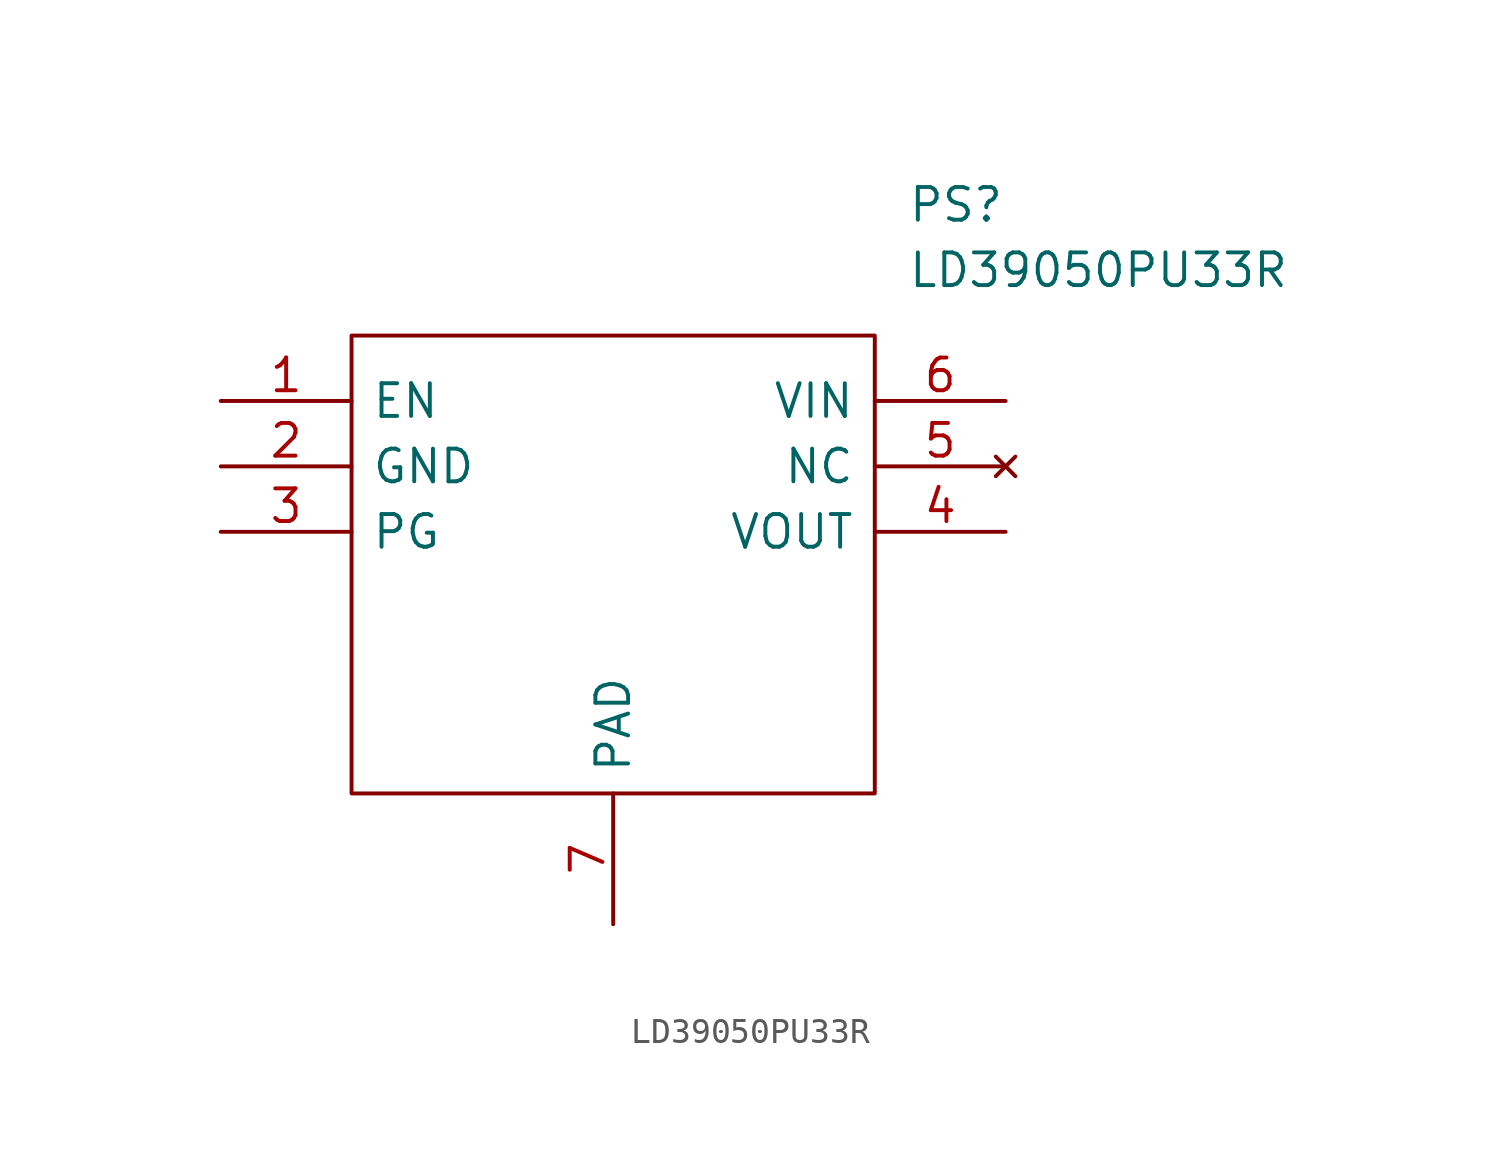
<source format=kicad_sym>
(kicad_symbol_lib
  (version 20211014)
  (generator kicad_symbol_editor)
  (symbol "LD39050PU33R"
    (pin_names
      (offset 0.762))
    (property "Reference" "PS"
      (at 26.67 7.62 0)
      (effects (font (size 1.27 1.27)) (justify left)))
    (property "Value" "LD39050PU33R"
      (at 26.67 5.08 0)
      (effects (font (size 1.27 1.27)) (justify left)))
    (symbol "LD39050PU33R_0_0"
      (pin input line (at 0 0 0) (length 5.08) (name "EN" (effects (font (size 1.27 1.27)))) (number "1" (effects (font (size 1.27 1.27)))))
      (pin power_in line (at 0 -2.54 0) (length 5.08) (name "GND" (effects (font (size 1.27 1.27)))) (number "2" (effects (font (size 1.27 1.27)))))
      (pin output line (at 0 -5.08 0) (length 5.08) (name "PG" (effects (font (size 1.27 1.27)))) (number "3" (effects (font (size 1.27 1.27)))))
      (pin power_out line (at 30.48 -5.08 180) (length 5.08) (name "VOUT" (effects (font (size 1.27 1.27)))) (number "4" (effects (font (size 1.27 1.27)))))
      (pin no_connect line (at 30.48 -2.54 180) (length 5.08) (name "NC" (effects (font (size 1.27 1.27)))) (number "5" (effects (font (size 1.27 1.27)))))
      (pin power_in line (at 30.48 0 180) (length 5.08) (name "VIN" (effects (font (size 1.27 1.27)))) (number "6" (effects (font (size 1.27 1.27)))))
      (pin power_in line (at 15.24 -20.32 90) (length 5.08) (name "PAD" (effects (font (size 1.27 1.27)))) (number "7" (effects (font (size 1.27 1.27))))))
    (symbol "LD39050PU33R_0_1"
      (polyline (pts (xy 5.08 2.54) (xy 25.4 2.54) (xy 25.4 -15.24) (xy 5.08 -15.24) (xy 5.08 2.54)) (stroke (width 0.152) (type default) (color 0 0 0 0)) (fill (type none))))))
</source>
